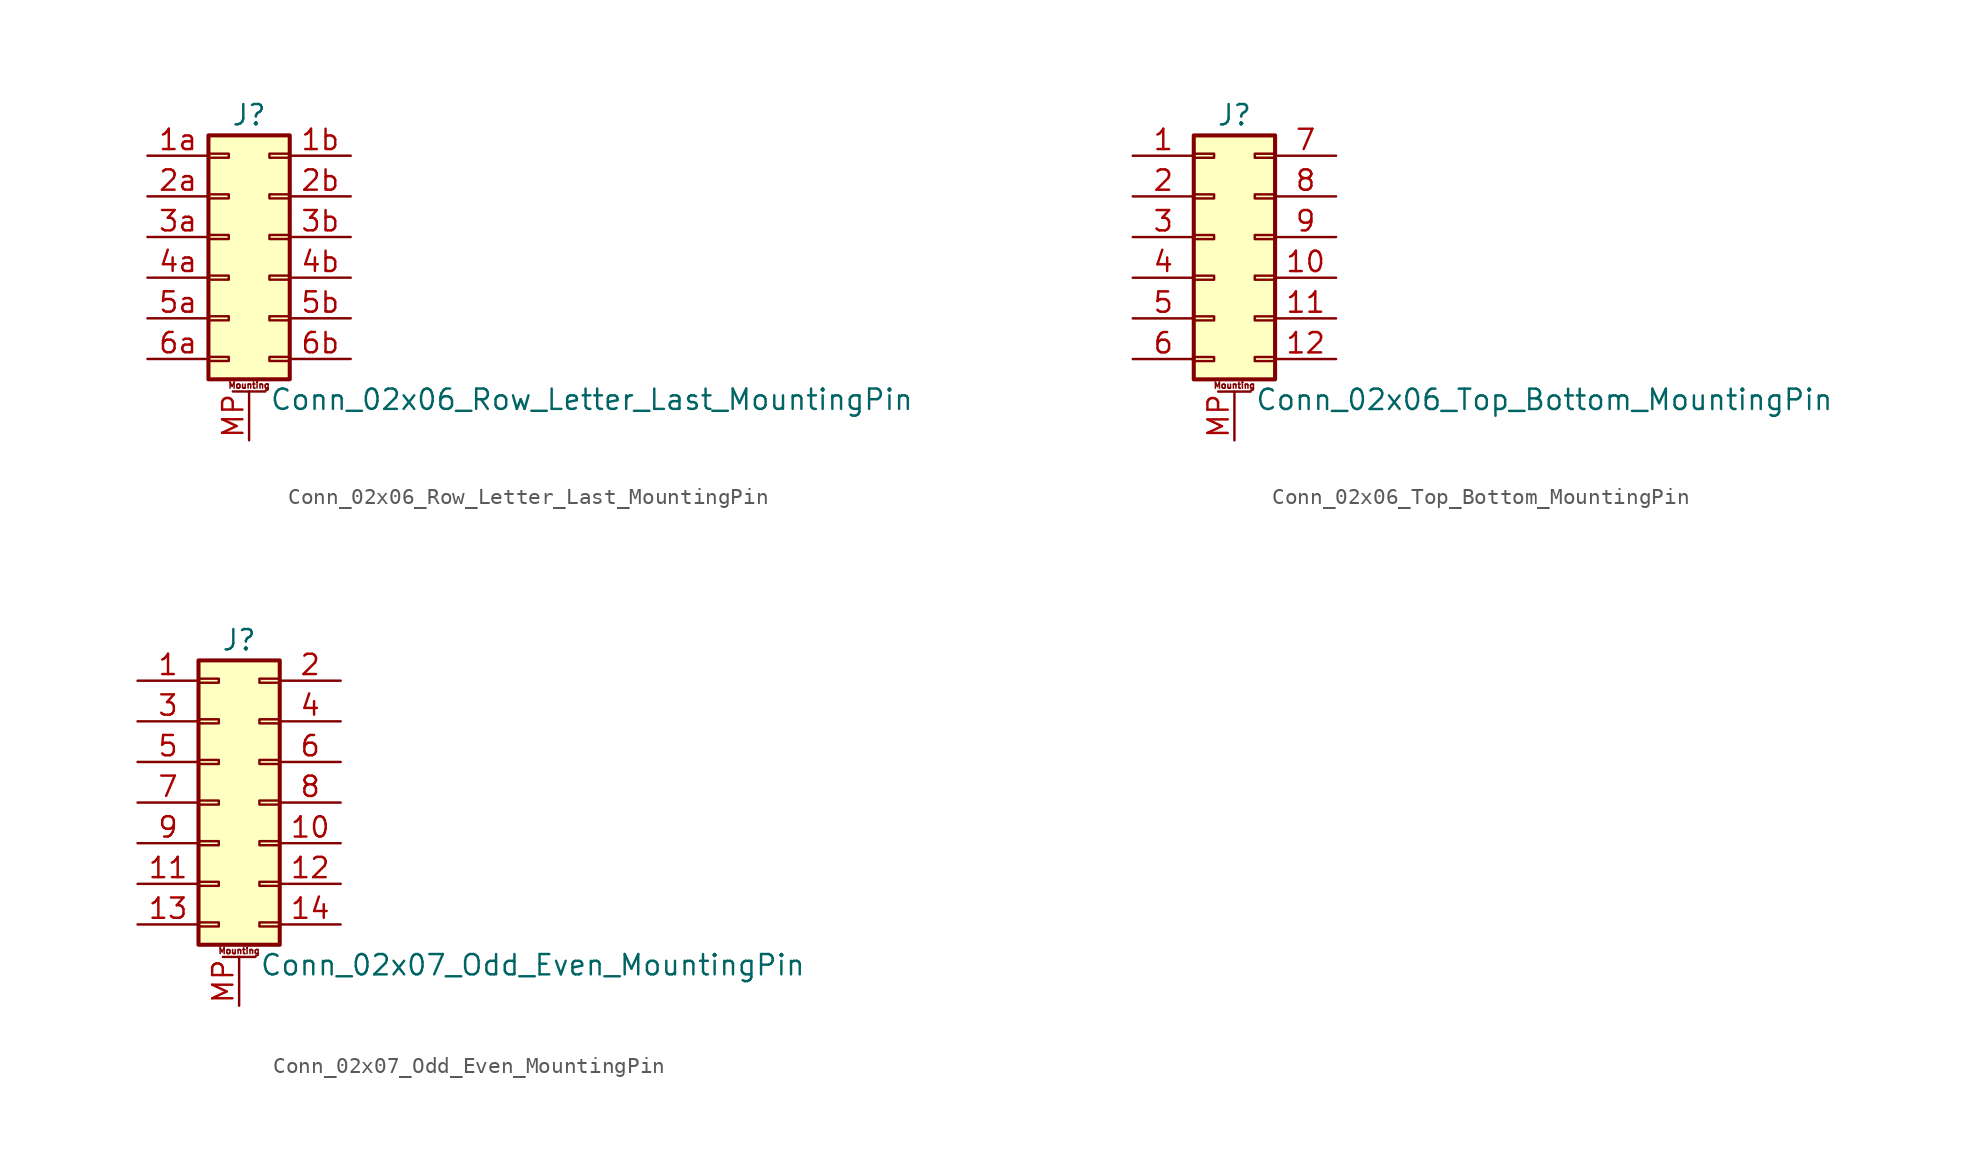
<source format=kicad_sym>
(kicad_symbol_lib
  (version 20201005)
  (generator kicad_symbol_editor)
  (symbol "Conn_02x06_Row_Letter_Last_MountingPin"
    (pin_names
      (offset 1.016) hide)
    (property "Reference" "J"
      (at 1.27 7.62 0)
      (effects (font (size 1.27 1.27))))
    (property "Value" "Conn_02x06_Row_Letter_Last_MountingPin"
      (at 2.54 -10.16 0)
      (effects (font (size 1.27 1.27)) (justify left)))
    (symbol "Conn_02x06_Row_Letter_Last_MountingPin_1_1"
      (text "Mounting" (at 1.27 -9.271 0) (effects (font (size 0.381 0.381))))
      (rectangle (start -1.27 -7.493) (end 0 -7.747) (stroke (width 0.152)) (fill (type none)))
      (rectangle (start -1.27 -4.953) (end 0 -5.207) (stroke (width 0.152)) (fill (type none)))
      (rectangle (start -1.27 -2.413) (end 0 -2.667) (stroke (width 0.152)) (fill (type none)))
      (rectangle (start -1.27 0.127) (end 0 -0.127) (stroke (width 0.152)) (fill (type none)))
      (rectangle (start -1.27 2.667) (end 0 2.413) (stroke (width 0.152)) (fill (type none)))
      (rectangle (start -1.27 5.207) (end 0 4.953) (stroke (width 0.152)) (fill (type none)))
      (rectangle (start -1.27 6.35) (end 3.81 -8.89) (stroke (width 0.254)) (fill (type background)))
      (rectangle (start 3.81 -7.493) (end 2.54 -7.747) (stroke (width 0.152)) (fill (type none)))
      (rectangle (start 3.81 -4.953) (end 2.54 -5.207) (stroke (width 0.152)) (fill (type none)))
      (rectangle (start 3.81 -2.413) (end 2.54 -2.667) (stroke (width 0.152)) (fill (type none)))
      (rectangle (start 3.81 0.127) (end 2.54 -0.127) (stroke (width 0.152)) (fill (type none)))
      (rectangle (start 3.81 2.667) (end 2.54 2.413) (stroke (width 0.152)) (fill (type none)))
      (rectangle (start 3.81 5.207) (end 2.54 4.953) (stroke (width 0.152)) (fill (type none)))
      (polyline (pts (xy 0.254 -9.652) (xy 2.286 -9.652)) (stroke (width 0.152)) (fill (type none)))
      (pin passive line (at -5.08 5.08 0) (length 3.81) (name "Pin_1a" (effects (font (size 1.27 1.27)))) (number "1a" (effects (font (size 1.27 1.27)))))
      (pin passive line (at 7.62 5.08 180) (length 3.81) (name "Pin_1b" (effects (font (size 1.27 1.27)))) (number "1b" (effects (font (size 1.27 1.27)))))
      (pin passive line (at -5.08 2.54 0) (length 3.81) (name "Pin_2a" (effects (font (size 1.27 1.27)))) (number "2a" (effects (font (size 1.27 1.27)))))
      (pin passive line (at 7.62 2.54 180) (length 3.81) (name "Pin_2b" (effects (font (size 1.27 1.27)))) (number "2b" (effects (font (size 1.27 1.27)))))
      (pin passive line (at -5.08 0 0) (length 3.81) (name "Pin_3a" (effects (font (size 1.27 1.27)))) (number "3a" (effects (font (size 1.27 1.27)))))
      (pin passive line (at 7.62 0 180) (length 3.81) (name "Pin_3b" (effects (font (size 1.27 1.27)))) (number "3b" (effects (font (size 1.27 1.27)))))
      (pin passive line (at -5.08 -2.54 0) (length 3.81) (name "Pin_4a" (effects (font (size 1.27 1.27)))) (number "4a" (effects (font (size 1.27 1.27)))))
      (pin passive line (at 7.62 -2.54 180) (length 3.81) (name "Pin_4b" (effects (font (size 1.27 1.27)))) (number "4b" (effects (font (size 1.27 1.27)))))
      (pin passive line (at -5.08 -5.08 0) (length 3.81) (name "Pin_5a" (effects (font (size 1.27 1.27)))) (number "5a" (effects (font (size 1.27 1.27)))))
      (pin passive line (at 7.62 -5.08 180) (length 3.81) (name "Pin_5b" (effects (font (size 1.27 1.27)))) (number "5b" (effects (font (size 1.27 1.27)))))
      (pin passive line (at -5.08 -7.62 0) (length 3.81) (name "Pin_6a" (effects (font (size 1.27 1.27)))) (number "6a" (effects (font (size 1.27 1.27)))))
      (pin passive line (at 7.62 -7.62 180) (length 3.81) (name "Pin_6b" (effects (font (size 1.27 1.27)))) (number "6b" (effects (font (size 1.27 1.27)))))
      (pin passive line (at 1.27 -12.7 90) (length 3.048) (name "MountPin" (effects (font (size 1.27 1.27)))) (number "MP" (effects (font (size 1.27 1.27)))))))
  (symbol "Conn_02x06_Top_Bottom_MountingPin"
    (pin_names
      (offset 1.016) hide)
    (property "Reference" "J"
      (at 1.27 7.62 0)
      (effects (font (size 1.27 1.27))))
    (property "Value" "Conn_02x06_Top_Bottom_MountingPin"
      (at 2.54 -10.16 0)
      (effects (font (size 1.27 1.27)) (justify left)))
    (symbol "Conn_02x06_Top_Bottom_MountingPin_1_1"
      (text "Mounting" (at 1.27 -9.271 0) (effects (font (size 0.381 0.381))))
      (rectangle (start -1.27 -7.493) (end 0 -7.747) (stroke (width 0.152)) (fill (type none)))
      (rectangle (start -1.27 -4.953) (end 0 -5.207) (stroke (width 0.152)) (fill (type none)))
      (rectangle (start -1.27 -2.413) (end 0 -2.667) (stroke (width 0.152)) (fill (type none)))
      (rectangle (start -1.27 0.127) (end 0 -0.127) (stroke (width 0.152)) (fill (type none)))
      (rectangle (start -1.27 2.667) (end 0 2.413) (stroke (width 0.152)) (fill (type none)))
      (rectangle (start -1.27 5.207) (end 0 4.953) (stroke (width 0.152)) (fill (type none)))
      (rectangle (start -1.27 6.35) (end 3.81 -8.89) (stroke (width 0.254)) (fill (type background)))
      (rectangle (start 3.81 -7.493) (end 2.54 -7.747) (stroke (width 0.152)) (fill (type none)))
      (rectangle (start 3.81 -4.953) (end 2.54 -5.207) (stroke (width 0.152)) (fill (type none)))
      (rectangle (start 3.81 -2.413) (end 2.54 -2.667) (stroke (width 0.152)) (fill (type none)))
      (rectangle (start 3.81 0.127) (end 2.54 -0.127) (stroke (width 0.152)) (fill (type none)))
      (rectangle (start 3.81 2.667) (end 2.54 2.413) (stroke (width 0.152)) (fill (type none)))
      (rectangle (start 3.81 5.207) (end 2.54 4.953) (stroke (width 0.152)) (fill (type none)))
      (polyline (pts (xy 0.254 -9.652) (xy 2.286 -9.652)) (stroke (width 0.152)) (fill (type none)))
      (pin passive line (at -5.08 5.08 0) (length 3.81) (name "Pin_1" (effects (font (size 1.27 1.27)))) (number "1" (effects (font (size 1.27 1.27)))))
      (pin passive line (at 7.62 -2.54 180) (length 3.81) (name "Pin_10" (effects (font (size 1.27 1.27)))) (number "10" (effects (font (size 1.27 1.27)))))
      (pin passive line (at 7.62 -5.08 180) (length 3.81) (name "Pin_11" (effects (font (size 1.27 1.27)))) (number "11" (effects (font (size 1.27 1.27)))))
      (pin passive line (at 7.62 -7.62 180) (length 3.81) (name "Pin_12" (effects (font (size 1.27 1.27)))) (number "12" (effects (font (size 1.27 1.27)))))
      (pin passive line (at -5.08 2.54 0) (length 3.81) (name "Pin_2" (effects (font (size 1.27 1.27)))) (number "2" (effects (font (size 1.27 1.27)))))
      (pin passive line (at -5.08 0 0) (length 3.81) (name "Pin_3" (effects (font (size 1.27 1.27)))) (number "3" (effects (font (size 1.27 1.27)))))
      (pin passive line (at -5.08 -2.54 0) (length 3.81) (name "Pin_4" (effects (font (size 1.27 1.27)))) (number "4" (effects (font (size 1.27 1.27)))))
      (pin passive line (at -5.08 -5.08 0) (length 3.81) (name "Pin_5" (effects (font (size 1.27 1.27)))) (number "5" (effects (font (size 1.27 1.27)))))
      (pin passive line (at -5.08 -7.62 0) (length 3.81) (name "Pin_6" (effects (font (size 1.27 1.27)))) (number "6" (effects (font (size 1.27 1.27)))))
      (pin passive line (at 7.62 5.08 180) (length 3.81) (name "Pin_7" (effects (font (size 1.27 1.27)))) (number "7" (effects (font (size 1.27 1.27)))))
      (pin passive line (at 7.62 2.54 180) (length 3.81) (name "Pin_8" (effects (font (size 1.27 1.27)))) (number "8" (effects (font (size 1.27 1.27)))))
      (pin passive line (at 7.62 0 180) (length 3.81) (name "Pin_9" (effects (font (size 1.27 1.27)))) (number "9" (effects (font (size 1.27 1.27)))))
      (pin passive line (at 1.27 -12.7 90) (length 3.048) (name "MountPin" (effects (font (size 1.27 1.27)))) (number "MP" (effects (font (size 1.27 1.27)))))))
  (symbol "Conn_02x07_Odd_Even_MountingPin"
    (pin_names
      (offset 1.016) hide)
    (property "Reference" "J"
      (at 1.27 10.16 0)
      (effects (font (size 1.27 1.27))))
    (property "Value" "Conn_02x07_Odd_Even_MountingPin"
      (at 2.54 -10.16 0)
      (effects (font (size 1.27 1.27)) (justify left)))
    (symbol "Conn_02x07_Odd_Even_MountingPin_1_1"
      (text "Mounting" (at 1.27 -9.271 0) (effects (font (size 0.381 0.381))))
      (rectangle (start -1.27 -7.493) (end 0 -7.747) (stroke (width 0.152)) (fill (type none)))
      (rectangle (start -1.27 -4.953) (end 0 -5.207) (stroke (width 0.152)) (fill (type none)))
      (rectangle (start -1.27 -2.413) (end 0 -2.667) (stroke (width 0.152)) (fill (type none)))
      (rectangle (start -1.27 0.127) (end 0 -0.127) (stroke (width 0.152)) (fill (type none)))
      (rectangle (start -1.27 2.667) (end 0 2.413) (stroke (width 0.152)) (fill (type none)))
      (rectangle (start -1.27 5.207) (end 0 4.953) (stroke (width 0.152)) (fill (type none)))
      (rectangle (start -1.27 7.747) (end 0 7.493) (stroke (width 0.152)) (fill (type none)))
      (rectangle (start -1.27 8.89) (end 3.81 -8.89) (stroke (width 0.254)) (fill (type background)))
      (rectangle (start 3.81 -7.493) (end 2.54 -7.747) (stroke (width 0.152)) (fill (type none)))
      (rectangle (start 3.81 -4.953) (end 2.54 -5.207) (stroke (width 0.152)) (fill (type none)))
      (rectangle (start 3.81 -2.413) (end 2.54 -2.667) (stroke (width 0.152)) (fill (type none)))
      (rectangle (start 3.81 0.127) (end 2.54 -0.127) (stroke (width 0.152)) (fill (type none)))
      (rectangle (start 3.81 2.667) (end 2.54 2.413) (stroke (width 0.152)) (fill (type none)))
      (rectangle (start 3.81 5.207) (end 2.54 4.953) (stroke (width 0.152)) (fill (type none)))
      (rectangle (start 3.81 7.747) (end 2.54 7.493) (stroke (width 0.152)) (fill (type none)))
      (polyline (pts (xy 0.254 -9.652) (xy 2.286 -9.652)) (stroke (width 0.152)) (fill (type none)))
      (pin passive line (at -5.08 7.62 0) (length 3.81) (name "Pin_1" (effects (font (size 1.27 1.27)))) (number "1" (effects (font (size 1.27 1.27)))))
      (pin passive line (at 7.62 -2.54 180) (length 3.81) (name "Pin_10" (effects (font (size 1.27 1.27)))) (number "10" (effects (font (size 1.27 1.27)))))
      (pin passive line (at -5.08 -5.08 0) (length 3.81) (name "Pin_11" (effects (font (size 1.27 1.27)))) (number "11" (effects (font (size 1.27 1.27)))))
      (pin passive line (at 7.62 -5.08 180) (length 3.81) (name "Pin_12" (effects (font (size 1.27 1.27)))) (number "12" (effects (font (size 1.27 1.27)))))
      (pin passive line (at -5.08 -7.62 0) (length 3.81) (name "Pin_13" (effects (font (size 1.27 1.27)))) (number "13" (effects (font (size 1.27 1.27)))))
      (pin passive line (at 7.62 -7.62 180) (length 3.81) (name "Pin_14" (effects (font (size 1.27 1.27)))) (number "14" (effects (font (size 1.27 1.27)))))
      (pin passive line (at 7.62 7.62 180) (length 3.81) (name "Pin_2" (effects (font (size 1.27 1.27)))) (number "2" (effects (font (size 1.27 1.27)))))
      (pin passive line (at -5.08 5.08 0) (length 3.81) (name "Pin_3" (effects (font (size 1.27 1.27)))) (number "3" (effects (font (size 1.27 1.27)))))
      (pin passive line (at 7.62 5.08 180) (length 3.81) (name "Pin_4" (effects (font (size 1.27 1.27)))) (number "4" (effects (font (size 1.27 1.27)))))
      (pin passive line (at -5.08 2.54 0) (length 3.81) (name "Pin_5" (effects (font (size 1.27 1.27)))) (number "5" (effects (font (size 1.27 1.27)))))
      (pin passive line (at 7.62 2.54 180) (length 3.81) (name "Pin_6" (effects (font (size 1.27 1.27)))) (number "6" (effects (font (size 1.27 1.27)))))
      (pin passive line (at -5.08 0 0) (length 3.81) (name "Pin_7" (effects (font (size 1.27 1.27)))) (number "7" (effects (font (size 1.27 1.27)))))
      (pin passive line (at 7.62 0 180) (length 3.81) (name "Pin_8" (effects (font (size 1.27 1.27)))) (number "8" (effects (font (size 1.27 1.27)))))
      (pin passive line (at -5.08 -2.54 0) (length 3.81) (name "Pin_9" (effects (font (size 1.27 1.27)))) (number "9" (effects (font (size 1.27 1.27)))))
      (pin passive line (at 1.27 -12.7 90) (length 3.048) (name "MountPin" (effects (font (size 1.27 1.27)))) (number "MP" (effects (font (size 1.27 1.27))))))))
</source>
